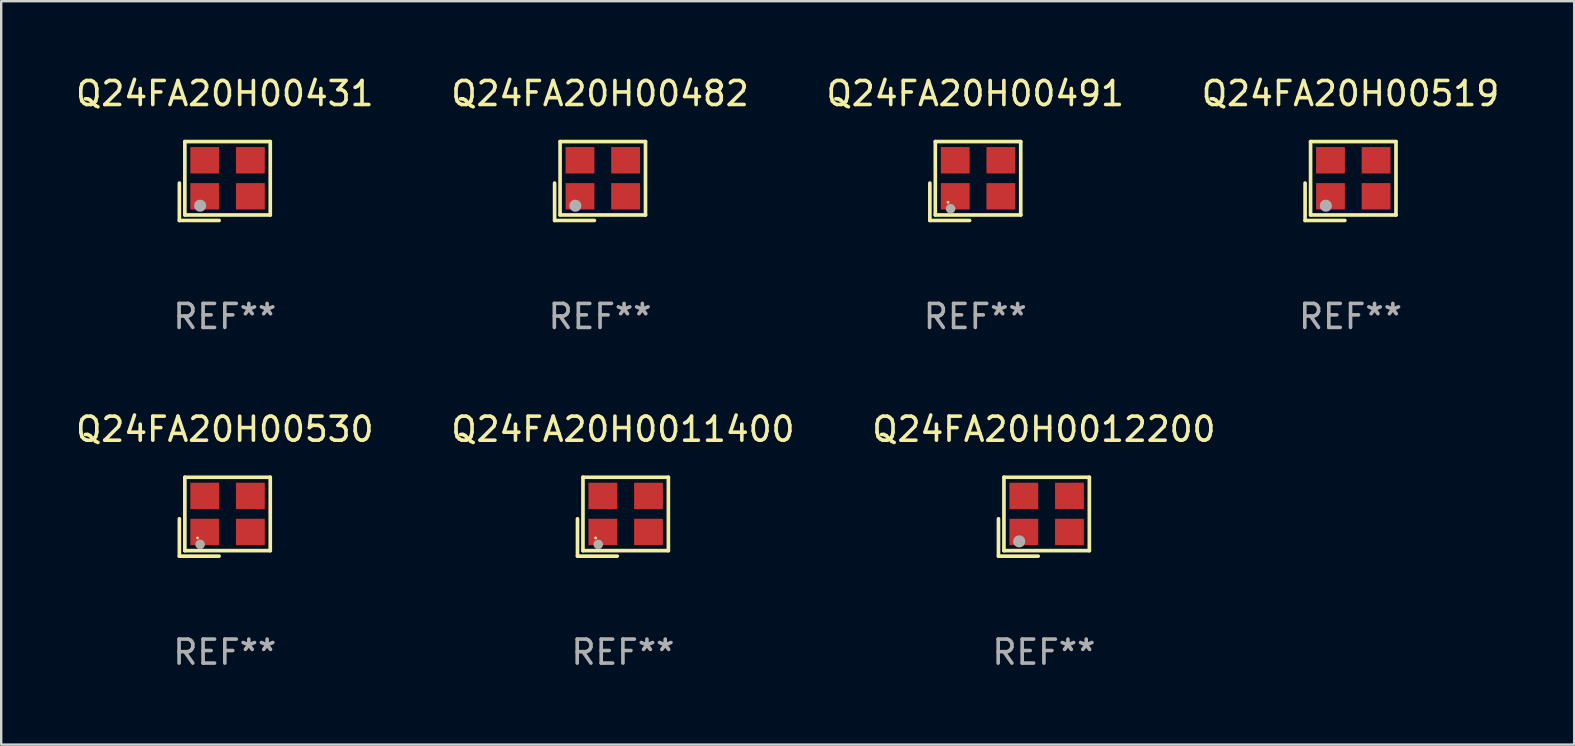
<source format=kicad_pcb>
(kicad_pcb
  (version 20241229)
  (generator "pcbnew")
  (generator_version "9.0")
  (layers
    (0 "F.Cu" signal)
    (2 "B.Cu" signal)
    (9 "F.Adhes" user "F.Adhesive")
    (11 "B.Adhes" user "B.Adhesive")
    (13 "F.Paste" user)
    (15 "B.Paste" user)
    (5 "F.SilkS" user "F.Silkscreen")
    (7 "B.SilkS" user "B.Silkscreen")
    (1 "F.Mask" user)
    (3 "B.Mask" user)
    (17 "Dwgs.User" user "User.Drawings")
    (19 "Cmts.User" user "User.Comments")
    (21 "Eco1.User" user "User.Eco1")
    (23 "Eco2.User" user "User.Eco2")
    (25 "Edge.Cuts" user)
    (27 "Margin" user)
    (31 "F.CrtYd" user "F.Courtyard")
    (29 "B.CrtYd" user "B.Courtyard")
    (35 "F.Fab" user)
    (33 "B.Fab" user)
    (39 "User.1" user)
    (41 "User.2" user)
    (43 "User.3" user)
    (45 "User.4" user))
  (footprint "Q24FA20H00530"
    (layer "F.Cu")
    (at 6.315 18.474)
    (property "Reference" "Q24FA20H00530" (at 0 -3.643 0) (layer "F.SilkS") (effects (font (size 1 1) (thickness 0.15))))
    (attr through_hole)
    (fp_line (start -1.893 0.086) (end -1.893 1.643) (stroke (width 0.152) (type solid)) (layer "F.SilkS"))
    (fp_line (start -1.893 1.643) (end -0.237 1.643) (stroke (width 0.152) (type solid)) (layer "F.SilkS"))
    (fp_line (start -1.665 -1.643) (end 1.893 -1.643) (stroke (width 0.152) (type solid)) (layer "F.SilkS"))
    (fp_line (start -1.665 1.414) (end -1.665 -1.643) (stroke (width 0.152) (type solid)) (layer "F.SilkS"))
    (fp_line (start 1.893 -1.643) (end 1.893 1.414) (stroke (width 0.152) (type solid)) (layer "F.SilkS"))
    (fp_line (start 1.893 1.414) (end -1.665 1.414) (stroke (width 0.152) (type solid)) (layer "F.SilkS"))
    (fp_circle (center -1.136 0.885) (end -1.106 0.885) (stroke (width 0.06) (type solid)) (fill no) (layer "F.SilkS"))
    (fp_circle (center -1.029 1.155) (end -0.929 1.155) (stroke (width 0.2) (type solid)) (fill no) (layer "F.Fab"))
    (fp_text user "REF**" (at 0 5.643 0) (layer "F.Fab") (effects (font (size 1 1) (thickness 0.15))))
    (pad "1" smd rect (at -0.836 0.636) (size 1.2 1.1) (layers "F.Cu" "F.Mask" "F.Paste"))
    (pad "2" smd rect (at 1.064 0.636) (size 1.2 1.1) (layers "F.Cu" "F.Mask" "F.Paste"))
    (pad "3" smd rect (at 1.064 -0.865) (size 1.2 1.1) (layers "F.Cu" "F.Mask" "F.Paste"))
    (pad "4" smd rect (at -0.836 -0.865) (size 1.2 1.1) (layers "F.Cu" "F.Mask" "F.Paste")))
  (footprint "Q24FA20H00482"
    (layer "F.Cu")
    (at 21.946 4.491)
    (property "Reference" "Q24FA20H00482" (at 0 -3.643 0) (layer "F.SilkS") (effects (font (size 1 1) (thickness 0.15))))
    (attr through_hole)
    (fp_line (start -1.893 0.086) (end -1.893 1.643) (stroke (width 0.152) (type solid)) (layer "F.SilkS"))
    (fp_line (start -1.893 1.643) (end -0.237 1.643) (stroke (width 0.152) (type solid)) (layer "F.SilkS"))
    (fp_line (start -1.665 -1.643) (end 1.893 -1.643) (stroke (width 0.152) (type solid)) (layer "F.SilkS"))
    (fp_line (start -1.665 1.414) (end -1.665 -1.643) (stroke (width 0.152) (type solid)) (layer "F.SilkS"))
    (fp_line (start 1.893 -1.643) (end 1.893 1.414) (stroke (width 0.152) (type solid)) (layer "F.SilkS"))
    (fp_line (start 1.893 1.414) (end -1.665 1.414) (stroke (width 0.152) (type solid)) (layer "F.SilkS"))
    (fp_circle (center -1.136 0.885) (end -1.106 0.885) (stroke (width 0.06) (type solid)) (fill no) (layer "F.SilkS"))
    (fp_circle (center -1.029 1.028) (end -0.902 1.028) (stroke (width 0.254) (type solid)) (fill no) (layer "F.Fab"))
    (fp_text user "REF**" (at 0 5.643 0) (layer "F.Fab") (effects (font (size 1 1) (thickness 0.15))))
    (pad "1" smd rect (at -0.836 0.636) (size 1.2 1.1) (layers "F.Cu" "F.Mask" "F.Paste"))
    (pad "2" smd rect (at 1.064 0.636) (size 1.2 1.1) (layers "F.Cu" "F.Mask" "F.Paste"))
    (pad "3" smd rect (at 1.064 -0.865) (size 1.2 1.1) (layers "F.Cu" "F.Mask" "F.Paste"))
    (pad "4" smd rect (at -0.836 -0.865) (size 1.2 1.1) (layers "F.Cu" "F.Mask" "F.Paste")))
  (footprint "Q24FA20H0011400"
    (layer "F.Cu")
    (at 22.899 18.474)
    (property "Reference" "Q24FA20H0011400" (at 0 -3.643 0) (layer "F.SilkS") (effects (font (size 1 1) (thickness 0.15))))
    (attr through_hole)
    (fp_line (start -1.893 0.086) (end -1.893 1.643) (stroke (width 0.152) (type solid)) (layer "F.SilkS"))
    (fp_line (start -1.893 1.643) (end -0.237 1.643) (stroke (width 0.152) (type solid)) (layer "F.SilkS"))
    (fp_line (start -1.665 -1.643) (end 1.893 -1.643) (stroke (width 0.152) (type solid)) (layer "F.SilkS"))
    (fp_line (start -1.665 1.414) (end -1.665 -1.643) (stroke (width 0.152) (type solid)) (layer "F.SilkS"))
    (fp_line (start 1.893 -1.643) (end 1.893 1.414) (stroke (width 0.152) (type solid)) (layer "F.SilkS"))
    (fp_line (start 1.893 1.414) (end -1.665 1.414) (stroke (width 0.152) (type solid)) (layer "F.SilkS"))
    (fp_circle (center -1.136 0.885) (end -1.106 0.885) (stroke (width 0.06) (type solid)) (fill no) (layer "F.SilkS"))
    (fp_circle (center -1.029 1.155) (end -0.929 1.155) (stroke (width 0.2) (type solid)) (fill no) (layer "F.Fab"))
    (fp_text user "REF**" (at 0 5.643 0) (layer "F.Fab") (effects (font (size 1 1) (thickness 0.15))))
    (pad "1" smd rect (at -0.836 0.636) (size 1.2 1.1) (layers "F.Cu" "F.Mask" "F.Paste"))
    (pad "2" smd rect (at 1.064 0.636) (size 1.2 1.1) (layers "F.Cu" "F.Mask" "F.Paste"))
    (pad "3" smd rect (at 1.064 -0.865) (size 1.2 1.1) (layers "F.Cu" "F.Mask" "F.Paste"))
    (pad "4" smd rect (at -0.836 -0.865) (size 1.2 1.1) (layers "F.Cu" "F.Mask" "F.Paste")))
  (footprint "Q24FA20H00431"
    (layer "F.Cu")
    (at 6.315 4.491)
    (property "Reference" "Q24FA20H00431" (at 0 -3.643 0) (layer "F.SilkS") (effects (font (size 1 1) (thickness 0.15))))
    (attr through_hole)
    (fp_line (start -1.893 0.086) (end -1.893 1.643) (stroke (width 0.152) (type solid)) (layer "F.SilkS"))
    (fp_line (start -1.893 1.643) (end -0.237 1.643) (stroke (width 0.152) (type solid)) (layer "F.SilkS"))
    (fp_line (start -1.665 -1.643) (end 1.893 -1.643) (stroke (width 0.152) (type solid)) (layer "F.SilkS"))
    (fp_line (start -1.665 1.414) (end -1.665 -1.643) (stroke (width 0.152) (type solid)) (layer "F.SilkS"))
    (fp_line (start 1.893 -1.643) (end 1.893 1.414) (stroke (width 0.152) (type solid)) (layer "F.SilkS"))
    (fp_line (start 1.893 1.414) (end -1.665 1.414) (stroke (width 0.152) (type solid)) (layer "F.SilkS"))
    (fp_circle (center -1.136 0.885) (end -1.106 0.885) (stroke (width 0.06) (type solid)) (fill no) (layer "F.SilkS"))
    (fp_circle (center -1.029 1.028) (end -0.902 1.028) (stroke (width 0.254) (type solid)) (fill no) (layer "F.Fab"))
    (fp_text user "REF**" (at 0 5.643 0) (layer "F.Fab") (effects (font (size 1 1) (thickness 0.15))))
    (pad "1" smd rect (at -0.836 0.636) (size 1.2 1.1) (layers "F.Cu" "F.Mask" "F.Paste"))
    (pad "2" smd rect (at 1.064 0.636) (size 1.2 1.1) (layers "F.Cu" "F.Mask" "F.Paste"))
    (pad "3" smd rect (at 1.064 -0.865) (size 1.2 1.1) (layers "F.Cu" "F.Mask" "F.Paste"))
    (pad "4" smd rect (at -0.836 -0.865) (size 1.2 1.1) (layers "F.Cu" "F.Mask" "F.Paste")))
  (footprint "Q24FA20H0012200"
    (layer "F.Cu")
    (at 40.435 18.474)
    (property "Reference" "Q24FA20H0012200" (at 0 -3.643 0) (layer "F.SilkS") (effects (font (size 1 1) (thickness 0.15))))
    (attr through_hole)
    (fp_line (start -1.893 0.086) (end -1.893 1.643) (stroke (width 0.152) (type solid)) (layer "F.SilkS"))
    (fp_line (start -1.893 1.643) (end -0.237 1.643) (stroke (width 0.152) (type solid)) (layer "F.SilkS"))
    (fp_line (start -1.665 -1.643) (end 1.893 -1.643) (stroke (width 0.152) (type solid)) (layer "F.SilkS"))
    (fp_line (start -1.665 1.414) (end -1.665 -1.643) (stroke (width 0.152) (type solid)) (layer "F.SilkS"))
    (fp_line (start 1.893 -1.643) (end 1.893 1.414) (stroke (width 0.152) (type solid)) (layer "F.SilkS"))
    (fp_line (start 1.893 1.414) (end -1.665 1.414) (stroke (width 0.152) (type solid)) (layer "F.SilkS"))
    (fp_circle (center -1.136 0.885) (end -1.106 0.885) (stroke (width 0.06) (type solid)) (fill no) (layer "F.SilkS"))
    (fp_circle (center -1.029 1.028) (end -0.902 1.028) (stroke (width 0.254) (type solid)) (fill no) (layer "F.Fab"))
    (fp_text user "REF**" (at 0 5.643 0) (layer "F.Fab") (effects (font (size 1 1) (thickness 0.15))))
    (pad "1" smd rect (at -0.836 0.636) (size 1.2 1.1) (layers "F.Cu" "F.Mask" "F.Paste"))
    (pad "2" smd rect (at 1.064 0.636) (size 1.2 1.1) (layers "F.Cu" "F.Mask" "F.Paste"))
    (pad "3" smd rect (at 1.064 -0.865) (size 1.2 1.1) (layers "F.Cu" "F.Mask" "F.Paste"))
    (pad "4" smd rect (at -0.836 -0.865) (size 1.2 1.1) (layers "F.Cu" "F.Mask" "F.Paste")))
  (footprint "Q24FA20H00491"
    (layer "F.Cu")
    (at 37.577 4.491)
    (property "Reference" "Q24FA20H00491" (at 0 -3.643 0) (layer "F.SilkS") (effects (font (size 1 1) (thickness 0.15))))
    (attr through_hole)
    (fp_line (start -1.893 0.086) (end -1.893 1.643) (stroke (width 0.152) (type solid)) (layer "F.SilkS"))
    (fp_line (start -1.893 1.643) (end -0.237 1.643) (stroke (width 0.152) (type solid)) (layer "F.SilkS"))
    (fp_line (start -1.665 -1.643) (end 1.893 -1.643) (stroke (width 0.152) (type solid)) (layer "F.SilkS"))
    (fp_line (start -1.665 1.414) (end -1.665 -1.643) (stroke (width 0.152) (type solid)) (layer "F.SilkS"))
    (fp_line (start 1.893 -1.643) (end 1.893 1.414) (stroke (width 0.152) (type solid)) (layer "F.SilkS"))
    (fp_line (start 1.893 1.414) (end -1.665 1.414) (stroke (width 0.152) (type solid)) (layer "F.SilkS"))
    (fp_circle (center -1.136 0.885) (end -1.106 0.885) (stroke (width 0.06) (type solid)) (fill no) (layer "F.SilkS"))
    (fp_circle (center -1.029 1.155) (end -0.929 1.155) (stroke (width 0.2) (type solid)) (fill no) (layer "F.Fab"))
    (fp_text user "REF**" (at 0 5.643 0) (layer "F.Fab") (effects (font (size 1 1) (thickness 0.15))))
    (pad "1" smd rect (at -0.836 0.636) (size 1.2 1.1) (layers "F.Cu" "F.Mask" "F.Paste"))
    (pad "2" smd rect (at 1.064 0.636) (size 1.2 1.1) (layers "F.Cu" "F.Mask" "F.Paste"))
    (pad "3" smd rect (at 1.064 -0.865) (size 1.2 1.1) (layers "F.Cu" "F.Mask" "F.Paste"))
    (pad "4" smd rect (at -0.836 -0.865) (size 1.2 1.1) (layers "F.Cu" "F.Mask" "F.Paste")))
  (footprint "Q24FA20H00519"
    (layer "F.Cu")
    (at 53.208 4.491)
    (property "Reference" "Q24FA20H00519" (at 0 -3.643 0) (layer "F.SilkS") (effects (font (size 1 1) (thickness 0.15))))
    (attr through_hole)
    (fp_line (start -1.893 0.086) (end -1.893 1.643) (stroke (width 0.152) (type solid)) (layer "F.SilkS"))
    (fp_line (start -1.893 1.643) (end -0.237 1.643) (stroke (width 0.152) (type solid)) (layer "F.SilkS"))
    (fp_line (start -1.665 -1.643) (end 1.893 -1.643) (stroke (width 0.152) (type solid)) (layer "F.SilkS"))
    (fp_line (start -1.665 1.414) (end -1.665 -1.643) (stroke (width 0.152) (type solid)) (layer "F.SilkS"))
    (fp_line (start 1.893 -1.643) (end 1.893 1.414) (stroke (width 0.152) (type solid)) (layer "F.SilkS"))
    (fp_line (start 1.893 1.414) (end -1.665 1.414) (stroke (width 0.152) (type solid)) (layer "F.SilkS"))
    (fp_circle (center -1.136 0.885) (end -1.106 0.885) (stroke (width 0.06) (type solid)) (fill no) (layer "F.SilkS"))
    (fp_circle (center -1.029 1.028) (end -0.902 1.028) (stroke (width 0.254) (type solid)) (fill no) (layer "F.Fab"))
    (fp_text user "REF**" (at 0 5.643 0) (layer "F.Fab") (effects (font (size 1 1) (thickness 0.15))))
    (pad "1" smd rect (at -0.836 0.636) (size 1.2 1.1) (layers "F.Cu" "F.Mask" "F.Paste"))
    (pad "2" smd rect (at 1.064 0.636) (size 1.2 1.1) (layers "F.Cu" "F.Mask" "F.Paste"))
    (pad "3" smd rect (at 1.064 -0.865) (size 1.2 1.1) (layers "F.Cu" "F.Mask" "F.Paste"))
    (pad "4" smd rect (at -0.836 -0.865) (size 1.2 1.1) (layers "F.Cu" "F.Mask" "F.Paste")))
  (gr_rect
    (start -3 -3)
    (end 62.524 27.966)
    (stroke (width 0.1) (type default))
    (fill no)
    (layer "Edge.Cuts")))
</source>
